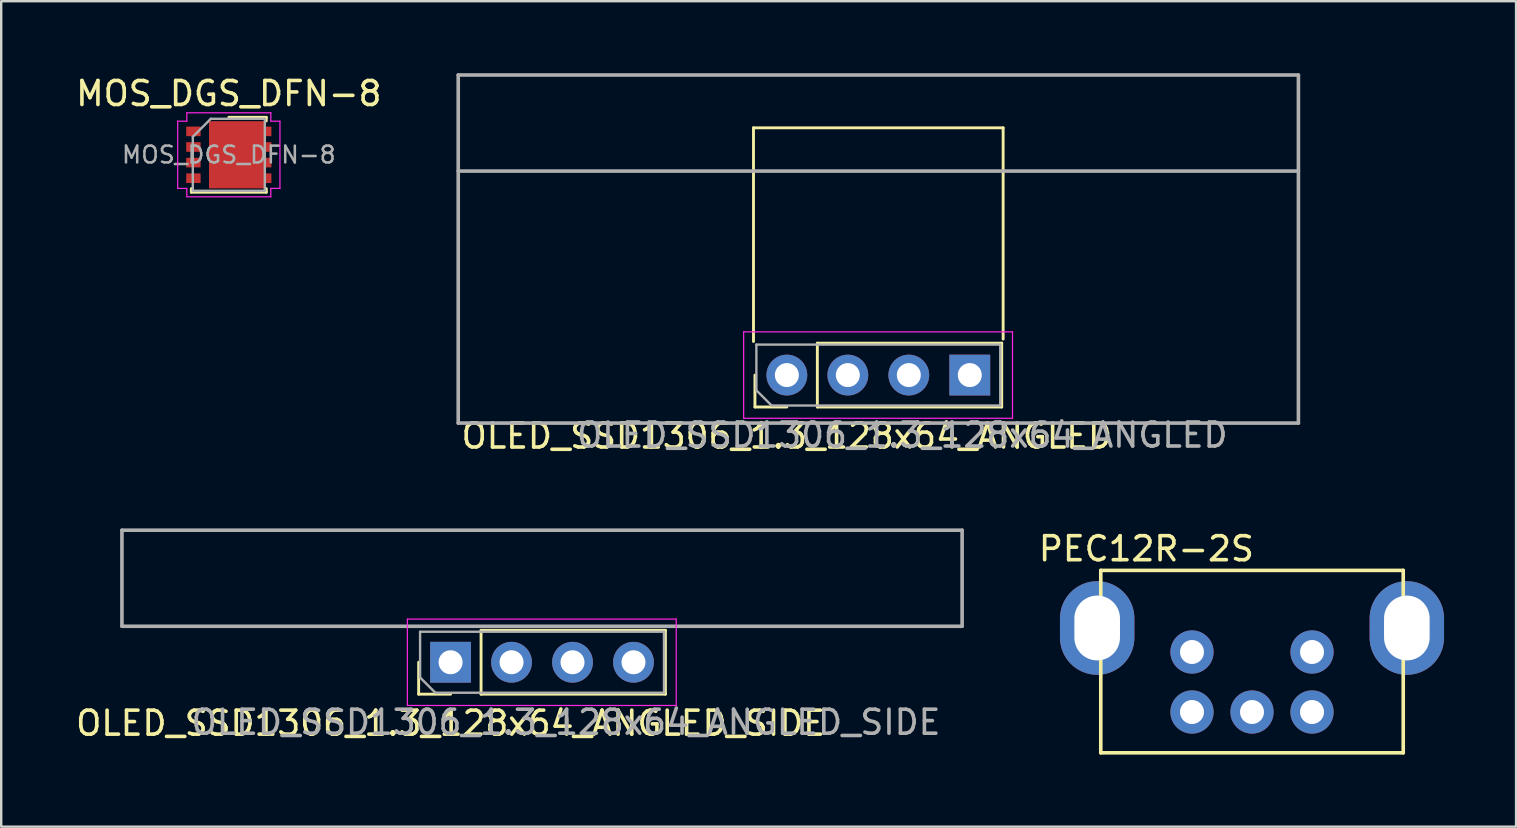
<source format=kicad_pcb>
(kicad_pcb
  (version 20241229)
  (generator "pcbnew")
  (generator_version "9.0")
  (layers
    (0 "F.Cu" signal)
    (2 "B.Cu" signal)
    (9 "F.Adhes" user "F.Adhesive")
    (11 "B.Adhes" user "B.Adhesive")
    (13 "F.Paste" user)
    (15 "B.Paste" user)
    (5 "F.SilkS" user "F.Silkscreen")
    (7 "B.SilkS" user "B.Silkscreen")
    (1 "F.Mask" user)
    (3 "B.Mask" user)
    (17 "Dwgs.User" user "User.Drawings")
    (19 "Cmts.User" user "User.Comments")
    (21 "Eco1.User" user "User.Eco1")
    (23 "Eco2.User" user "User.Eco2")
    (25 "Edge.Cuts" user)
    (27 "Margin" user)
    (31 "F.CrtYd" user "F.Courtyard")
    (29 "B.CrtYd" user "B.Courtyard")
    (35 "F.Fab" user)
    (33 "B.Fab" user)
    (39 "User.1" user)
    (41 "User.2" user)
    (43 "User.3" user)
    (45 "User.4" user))
  (footprint "OLED_SSD1306_1.3_128x64_ANGLED"
    (layer "F.Cu")
    (at 33.539 12.575)
    (property "Reference" "OLED_SSD1306_1.3_128x64_ANGLED" (at -3.81 2.54 180) (layer "F.SilkS") (effects (font (size 1 1) (thickness 0.15))))
    (attr through_hole)
    (fp_line (start -5.2 -1.4) (end -5.2 -10.3) (stroke (width 0.12) (type solid)) (layer "F.SilkS"))
    (fp_line (start -5.14 1.33) (end -5.14 0) (stroke (width 0.12) (type solid)) (layer "F.SilkS"))
    (fp_line (start -3.81 1.33) (end -5.14 1.33) (stroke (width 0.12) (type solid)) (layer "F.SilkS"))
    (fp_line (start -2.54 -1.33) (end 5.14 -1.33) (stroke (width 0.12) (type solid)) (layer "F.SilkS"))
    (fp_line (start -2.54 1.33) (end -2.54 -1.33) (stroke (width 0.12) (type solid)) (layer "F.SilkS"))
    (fp_line (start -2.54 1.33) (end 5.14 1.33) (stroke (width 0.12) (type solid)) (layer "F.SilkS"))
    (fp_line (start 5.14 1.33) (end 5.14 -1.33) (stroke (width 0.12) (type solid)) (layer "F.SilkS"))
    (fp_line (start 5.2 -10.3) (end -5.2 -10.3) (stroke (width 0.12) (type solid)) (layer "F.SilkS"))
    (fp_line (start 5.2 -1.5) (end 5.2 -10.3) (stroke (width 0.12) (type solid)) (layer "F.SilkS"))
    (fp_line (start -5.61 -1.8) (end -5.61 1.8) (stroke (width 0.05) (type solid)) (layer "F.CrtYd"))
    (fp_line (start -5.61 1.8) (end 5.59 1.8) (stroke (width 0.05) (type solid)) (layer "F.CrtYd"))
    (fp_line (start 5.59 -1.8) (end -5.61 -1.8) (stroke (width 0.05) (type solid)) (layer "F.CrtYd"))
    (fp_line (start 5.59 1.8) (end 5.59 -1.8) (stroke (width 0.05) (type solid)) (layer "F.CrtYd"))
    (fp_line (start -17.5 -12.5) (end 17.5 -12.5) (stroke (width 0.15) (type solid)) (layer "F.Fab"))
    (fp_line (start -17.5 2) (end -17.5 -12.5) (stroke (width 0.15) (type solid)) (layer "F.Fab"))
    (fp_line (start -5.08 -1.27) (end 5.08 -1.27) (stroke (width 0.1) (type solid)) (layer "F.Fab"))
    (fp_line (start -5.08 0.635) (end -5.08 -1.27) (stroke (width 0.1) (type solid)) (layer "F.Fab"))
    (fp_line (start -4.445 1.27) (end -5.08 0.635) (stroke (width 0.1) (type solid)) (layer "F.Fab"))
    (fp_line (start 5.08 -1.27) (end 5.08 1.27) (stroke (width 0.1) (type solid)) (layer "F.Fab"))
    (fp_line (start 5.08 1.27) (end -4.445 1.27) (stroke (width 0.1) (type solid)) (layer "F.Fab"))
    (fp_line (start 17.5 -12.5) (end 17.5 2) (stroke (width 0.15) (type solid)) (layer "F.Fab"))
    (fp_line (start 17.5 -8.5) (end -17.5 -8.5) (stroke (width 0.15) (type solid)) (layer "F.Fab"))
    (fp_line (start 17.5 2) (end -17.5 2) (stroke (width 0.15) (type solid)) (layer "F.Fab"))
    (fp_text user "${REFERENCE}" (at 1 2.5 180) (layer "F.Fab") (effects (font (size 1 1) (thickness 0.15))))
    (pad "1" thru_hole rect (at 3.81 0 90) (size 1.7 1.7) (drill 1) (layers "*.Cu" "*.Mask"))
    (pad "2" thru_hole oval (at 1.27 0 90) (size 1.7 1.7) (drill 1) (layers "*.Cu" "*.Mask"))
    (pad "3" thru_hole oval (at -1.27 0 90) (size 1.7 1.7) (drill 1) (layers "*.Cu" "*.Mask"))
    (pad "4" thru_hole oval (at -3.81 0 90) (size 1.7 1.7) (drill 1) (layers "*.Cu" "*.Mask")))
  (footprint "PEC12R-2S"
    (layer "F.Cu")
    (at 49.106 23.111)
    (property "Reference" "PEC12R-2S" (at -4.4 -3.3 0) (layer "F.SilkS") (effects (font (size 1 1) (thickness 0.15))))
    (attr through_hole)
    (fp_line (start -6.3 -2.4) (end 6.3 -2.4) (stroke (width 0.15) (type solid)) (layer "F.SilkS"))
    (fp_line (start -6.3 5.2) (end -6.3 -2.4) (stroke (width 0.15) (type solid)) (layer "F.SilkS"))
    (fp_line (start 6.3 -2.4) (end 6.3 5.2) (stroke (width 0.15) (type solid)) (layer "F.SilkS"))
    (fp_line (start 6.3 5.2) (end -6.3 5.2) (stroke (width 0.15) (type solid)) (layer "F.SilkS"))
    (pad "A" thru_hole circle (at -2.5 3.5) (size 1.8 1.8) (drill 1) (layers "*.Cu" "*.Mask"))
    (pad "B" thru_hole circle (at 2.5 3.5) (size 1.8 1.8) (drill 1) (layers "*.Cu" "*.Mask"))
    (pad "C" thru_hole circle (at 0 3.5) (size 1.8 1.8) (drill 1) (layers "*.Cu" "*.Mask"))
    (pad "GND" thru_hole oval (at -6.45 0) (size 3.1 3.9) (drill oval 1.9 2.7) (layers "*.Cu" "*.Mask"))
    (pad "GND" thru_hole oval (at 6.45 0) (size 3.1 3.9) (drill oval 1.9 2.7) (layers "*.Cu" "*.Mask"))
    (pad "S1" thru_hole circle (at -2.5 1) (size 1.8 1.8) (drill 1) (layers "*.Cu" "*.Mask"))
    (pad "S2" thru_hole circle (at 2.5 1) (size 1.8 1.8) (drill 1) (layers "*.Cu" "*.Mask")))
  (footprint "MOS_DGS_DFN-8"
    (layer "F.Cu")
    (at 6.482 3.398)
    (property "Reference" "MOS_DGS_DFN-8" (at 0 -2.55 0) (layer "F.SilkS") (effects (font (size 1 1) (thickness 0.15))))
    (attr smd)
    (fp_line (start -1.56 1.56) (end -1.56 1.41) (stroke (width 0.12) (type solid)) (layer "F.SilkS"))
    (fp_line (start -1.56 1.56) (end 1.56 1.56) (stroke (width 0.12) (type solid)) (layer "F.SilkS"))
    (fp_line (start 0 -1.56) (end 1.56 -1.56) (stroke (width 0.12) (type solid)) (layer "F.SilkS"))
    (fp_line (start 1.56 -1.56) (end 1.56 -1.41) (stroke (width 0.12) (type solid)) (layer "F.SilkS"))
    (fp_line (start 1.56 1.56) (end 1.56 1.41) (stroke (width 0.12) (type solid)) (layer "F.SilkS"))
    (fp_line (start -2.13 -1.4) (end -2.13 1.4) (stroke (width 0.05) (type solid)) (layer "F.CrtYd"))
    (fp_line (start -1.75 -1.75) (end -1.75 -1.4) (stroke (width 0.05) (type solid)) (layer "F.CrtYd"))
    (fp_line (start -1.75 -1.75) (end 1.75 -1.75) (stroke (width 0.05) (type solid)) (layer "F.CrtYd"))
    (fp_line (start -1.75 -1.4) (end -2.13 -1.4) (stroke (width 0.05) (type solid)) (layer "F.CrtYd"))
    (fp_line (start -1.75 1.4) (end -2.13 1.4) (stroke (width 0.05) (type solid)) (layer "F.CrtYd"))
    (fp_line (start -1.75 1.75) (end -1.75 1.4) (stroke (width 0.05) (type solid)) (layer "F.CrtYd"))
    (fp_line (start -1.75 1.75) (end 1.75 1.75) (stroke (width 0.05) (type solid)) (layer "F.CrtYd"))
    (fp_line (start 1.75 -1.75) (end 1.75 -1.4) (stroke (width 0.05) (type solid)) (layer "F.CrtYd"))
    (fp_line (start 1.75 -1.4) (end 2.13 -1.4) (stroke (width 0.05) (type solid)) (layer "F.CrtYd"))
    (fp_line (start 1.75 1.4) (end 2.13 1.4) (stroke (width 0.05) (type solid)) (layer "F.CrtYd"))
    (fp_line (start 1.75 1.75) (end 1.75 1.4) (stroke (width 0.05) (type solid)) (layer "F.CrtYd"))
    (fp_line (start 2.13 -1.4) (end 2.13 1.4) (stroke (width 0.05) (type solid)) (layer "F.CrtYd"))
    (fp_line (start -1.5 -0.75) (end -0.75 -1.5) (stroke (width 0.1) (type solid)) (layer "F.Fab"))
    (fp_line (start -1.5 1.5) (end -1.5 -0.75) (stroke (width 0.1) (type solid)) (layer "F.Fab"))
    (fp_line (start -0.75 -1.5) (end 1.5 -1.5) (stroke (width 0.1) (type solid)) (layer "F.Fab"))
    (fp_line (start 1.5 -1.5) (end 1.5 1.5) (stroke (width 0.1) (type solid)) (layer "F.Fab"))
    (fp_line (start 1.5 1.5) (end -1.5 1.5) (stroke (width 0.1) (type solid)) (layer "F.Fab"))
    (fp_text user "${REFERENCE}" (at 0 0 0) (layer "F.Fab") (effects (font (size 0.7 0.7) (thickness 0.105))))
    (pad "" smd rect (at -0.388 -0.6) (size 0.6 1) (layers "F.Paste"))
    (pad "" smd rect (at -0.388 0.6) (size 0.6 1) (layers "F.Paste"))
    (pad "" smd rect (at 0.388 -0.6) (size 0.6 1) (layers "F.Paste"))
    (pad "" smd rect (at 0.388 0.6) (size 0.6 1) (layers "F.Paste"))
    (pad "1" smd rect (at 0.35 0) (size 2.35 2.8) (layers "F.Cu" "F.Mask"))
    (pad "1" smd rect (at 1.475 -0.975) (size 0.6 0.4) (layers "F.Cu" "F.Mask" "F.Paste"))
    (pad "1" smd rect (at 1.475 -0.325) (size 0.6 0.4) (layers "F.Cu" "F.Mask" "F.Paste"))
    (pad "1" smd rect (at 1.475 0.325) (size 0.6 0.4) (layers "F.Cu" "F.Mask" "F.Paste"))
    (pad "1" smd rect (at 1.475 0.975) (size 0.6 0.4) (layers "F.Cu" "F.Mask" "F.Paste"))
    (pad "2" smd rect (at -1.475 0.975) (size 0.6 0.4) (layers "F.Cu" "F.Mask" "F.Paste"))
    (pad "3" smd rect (at -1.475 -0.975) (size 0.6 0.4) (layers "F.Cu" "F.Mask" "F.Paste"))
    (pad "3" smd rect (at -1.475 -0.325) (size 0.6 0.4) (layers "F.Cu" "F.Mask" "F.Paste"))
    (pad "3" smd rect (at -1.475 0.325) (size 0.6 0.4) (layers "F.Cu" "F.Mask" "F.Paste")))
  (footprint "OLED_SSD1306_1.3_128x64_ANGLED_SIDE"
    (layer "F.Cu")
    (at 19.53 24.538)
    (property "Reference" "OLED_SSD1306_1.3_128x64_ANGLED_SIDE" (at -3.81 2.54 180) (layer "F.SilkS") (effects (font (size 1 1) (thickness 0.15))))
    (attr through_hole)
    (fp_line (start -5.14 1.33) (end -5.14 0) (stroke (width 0.12) (type solid)) (layer "F.SilkS"))
    (fp_line (start -3.81 1.33) (end -5.14 1.33) (stroke (width 0.12) (type solid)) (layer "F.SilkS"))
    (fp_line (start -2.54 -1.33) (end 5.14 -1.33) (stroke (width 0.12) (type solid)) (layer "F.SilkS"))
    (fp_line (start -2.54 1.33) (end -2.54 -1.33) (stroke (width 0.12) (type solid)) (layer "F.SilkS"))
    (fp_line (start -2.54 1.33) (end 5.14 1.33) (stroke (width 0.12) (type solid)) (layer "F.SilkS"))
    (fp_line (start 5.14 1.33) (end 5.14 -1.33) (stroke (width 0.12) (type solid)) (layer "F.SilkS"))
    (fp_line (start -5.61 -1.8) (end -5.61 1.8) (stroke (width 0.05) (type solid)) (layer "F.CrtYd"))
    (fp_line (start -5.61 1.8) (end 5.59 1.8) (stroke (width 0.05) (type solid)) (layer "F.CrtYd"))
    (fp_line (start 5.59 -1.8) (end -5.61 -1.8) (stroke (width 0.05) (type solid)) (layer "F.CrtYd"))
    (fp_line (start 5.59 1.8) (end 5.59 -1.8) (stroke (width 0.05) (type solid)) (layer "F.CrtYd"))
    (fp_line (start -17.5 -5.5) (end 17.5 -5.5) (stroke (width 0.15) (type solid)) (layer "F.Fab"))
    (fp_line (start -17.5 -1.5) (end -17.5 -5.5) (stroke (width 0.15) (type solid)) (layer "F.Fab"))
    (fp_line (start -5.08 -1.27) (end 5.08 -1.27) (stroke (width 0.1) (type solid)) (layer "F.Fab"))
    (fp_line (start -5.08 0.635) (end -5.08 -1.27) (stroke (width 0.1) (type solid)) (layer "F.Fab"))
    (fp_line (start -4.445 1.27) (end -5.08 0.635) (stroke (width 0.1) (type solid)) (layer "F.Fab"))
    (fp_line (start 5.08 -1.27) (end 5.08 1.27) (stroke (width 0.1) (type solid)) (layer "F.Fab"))
    (fp_line (start 5.08 1.27) (end -4.445 1.27) (stroke (width 0.1) (type solid)) (layer "F.Fab"))
    (fp_line (start 17.5 -5.5) (end 17.5 -1.5) (stroke (width 0.15) (type solid)) (layer "F.Fab"))
    (fp_line (start 17.5 -1.5) (end -17.5 -1.5) (stroke (width 0.15) (type solid)) (layer "F.Fab"))
    (fp_text user "${REFERENCE}" (at 1 2.5 180) (layer "F.Fab") (effects (font (size 1 1) (thickness 0.15))))
    (pad "1" thru_hole rect (at -3.81 0 90) (size 1.7 1.7) (drill 1) (layers "*.Cu" "*.Mask"))
    (pad "2" thru_hole oval (at -1.27 0 90) (size 1.7 1.7) (drill 1) (layers "*.Cu" "*.Mask"))
    (pad "3" thru_hole oval (at 1.27 0 90) (size 1.7 1.7) (drill 1) (layers "*.Cu" "*.Mask"))
    (pad "4" thru_hole oval (at 3.81 0 90) (size 1.7 1.7) (drill 1) (layers "*.Cu" "*.Mask")))
  (gr_rect
    (start -3 -3)
    (end 60.106 31.387)
    (stroke (width 0.1) (type default))
    (fill no)
    (layer "Edge.Cuts")))
</source>
